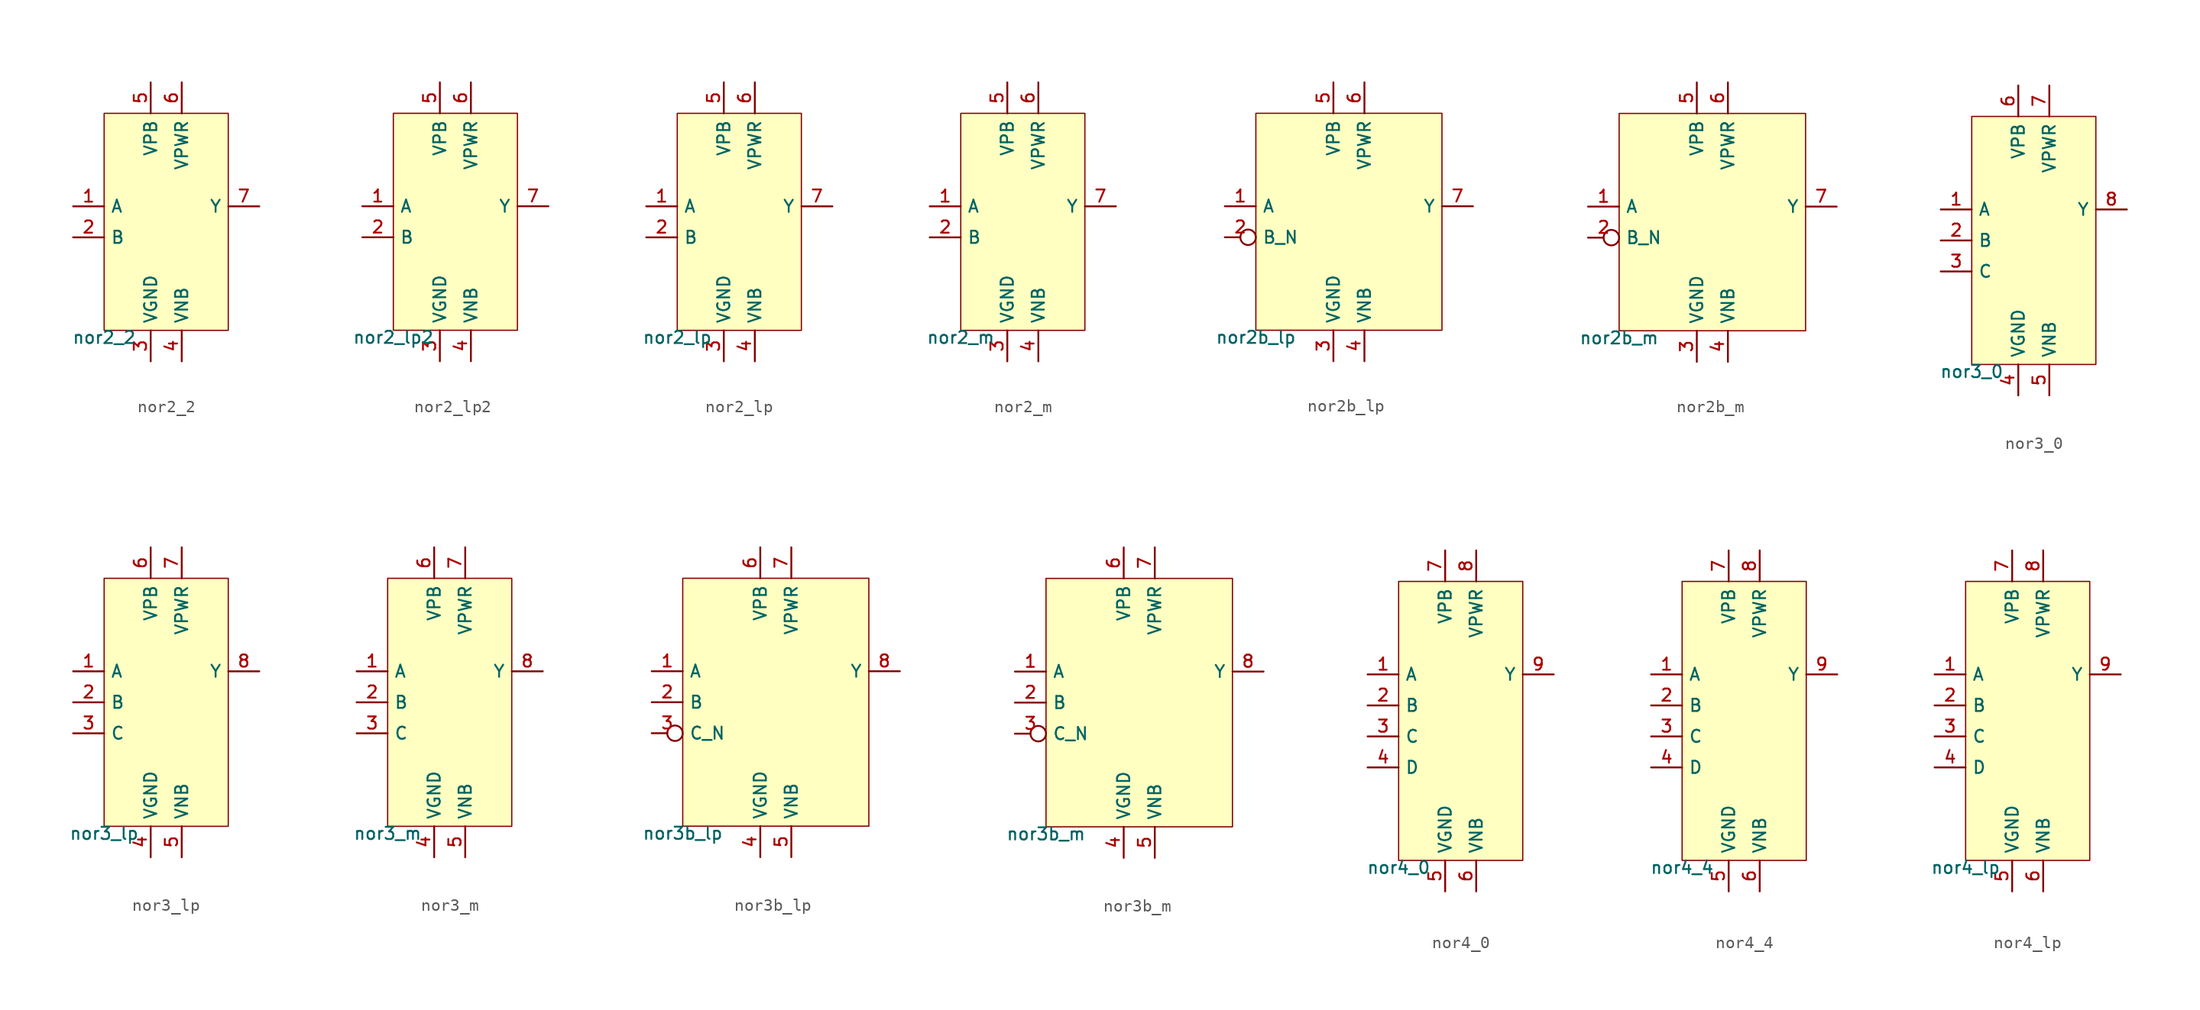
<source format=kicad_sym>
(kicad_symbol_lib
  (version 20211014)
  (generator pdk2kicad)
  (symbol "nor2_2"
    (property "Reference" "X"
      (at 0 0 0)
      (effects (font (size 1 1)) hide))
    (property "Value" "nor2_2"
      (at -5.08 -8.89 0)
      (effects (font (size 1 1)) (justify top)))
    (rectangle
      (start -5.08 -8.89)
      (end 5.08 8.89)
      (stroke (width 0.1) (type solid) (color 0 0 0 0))
      (fill (type background)))
    (pin input line
      (at -7.62 1.27 0)
      (length 2.54)
      (name "A" (effects (font (size 1 1)) hide))
      (number "1" (effects (font (size 1 1)) hide)))
    (pin input line
      (at -7.62 -1.27 0)
      (length 2.54)
      (name "B" (effects (font (size 1 1)) hide))
      (number "2" (effects (font (size 1 1)) hide)))
    (pin power_in line
      (at -1.27 -11.43 90)
      (length 2.54)
      (name "VGND" (effects (font (size 1 1)) hide))
      (number "3" (effects (font (size 1 1)) hide)))
    (pin power_in line
      (at 1.27 -11.43 90)
      (length 2.54)
      (name "VNB" (effects (font (size 1 1)) hide))
      (number "4" (effects (font (size 1 1)) hide)))
    (pin power_in line
      (at -1.27 11.43 270)
      (length 2.54)
      (name "VPB" (effects (font (size 1 1)) hide))
      (number "5" (effects (font (size 1 1)) hide)))
    (pin power_in line
      (at 1.27 11.43 270)
      (length 2.54)
      (name "VPWR" (effects (font (size 1 1)) hide))
      (number "6" (effects (font (size 1 1)) hide)))
    (pin output line
      (at 7.62 1.27 180)
      (length 2.54)
      (name "Y" (effects (font (size 1 1)) hide))
      (number "7" (effects (font (size 1 1)) hide))))
  (symbol "nor2_lp2"
    (property "Reference" "X"
      (at 0 0 0)
      (effects (font (size 1 1)) hide))
    (property "Value" "nor2_lp2"
      (at -5.08 -8.89 0)
      (effects (font (size 1 1)) (justify top)))
    (rectangle
      (start -5.08 -8.89)
      (end 5.08 8.89)
      (stroke (width 0.1) (type solid) (color 0 0 0 0))
      (fill (type background)))
    (pin input line
      (at -7.62 1.27 0)
      (length 2.54)
      (name "A" (effects (font (size 1 1)) hide))
      (number "1" (effects (font (size 1 1)) hide)))
    (pin input line
      (at -7.62 -1.27 0)
      (length 2.54)
      (name "B" (effects (font (size 1 1)) hide))
      (number "2" (effects (font (size 1 1)) hide)))
    (pin power_in line
      (at -1.27 -11.43 90)
      (length 2.54)
      (name "VGND" (effects (font (size 1 1)) hide))
      (number "3" (effects (font (size 1 1)) hide)))
    (pin power_in line
      (at 1.27 -11.43 90)
      (length 2.54)
      (name "VNB" (effects (font (size 1 1)) hide))
      (number "4" (effects (font (size 1 1)) hide)))
    (pin power_in line
      (at -1.27 11.43 270)
      (length 2.54)
      (name "VPB" (effects (font (size 1 1)) hide))
      (number "5" (effects (font (size 1 1)) hide)))
    (pin power_in line
      (at 1.27 11.43 270)
      (length 2.54)
      (name "VPWR" (effects (font (size 1 1)) hide))
      (number "6" (effects (font (size 1 1)) hide)))
    (pin output line
      (at 7.62 1.27 180)
      (length 2.54)
      (name "Y" (effects (font (size 1 1)) hide))
      (number "7" (effects (font (size 1 1)) hide))))
  (symbol "nor2_lp"
    (property "Reference" "X"
      (at 0 0 0)
      (effects (font (size 1 1)) hide))
    (property "Value" "nor2_lp"
      (at -5.08 -8.89 0)
      (effects (font (size 1 1)) (justify top)))
    (rectangle
      (start -5.08 -8.89)
      (end 5.08 8.89)
      (stroke (width 0.1) (type solid) (color 0 0 0 0))
      (fill (type background)))
    (pin input line
      (at -7.62 1.27 0)
      (length 2.54)
      (name "A" (effects (font (size 1 1)) hide))
      (number "1" (effects (font (size 1 1)) hide)))
    (pin input line
      (at -7.62 -1.27 0)
      (length 2.54)
      (name "B" (effects (font (size 1 1)) hide))
      (number "2" (effects (font (size 1 1)) hide)))
    (pin power_in line
      (at -1.27 -11.43 90)
      (length 2.54)
      (name "VGND" (effects (font (size 1 1)) hide))
      (number "3" (effects (font (size 1 1)) hide)))
    (pin power_in line
      (at 1.27 -11.43 90)
      (length 2.54)
      (name "VNB" (effects (font (size 1 1)) hide))
      (number "4" (effects (font (size 1 1)) hide)))
    (pin power_in line
      (at -1.27 11.43 270)
      (length 2.54)
      (name "VPB" (effects (font (size 1 1)) hide))
      (number "5" (effects (font (size 1 1)) hide)))
    (pin power_in line
      (at 1.27 11.43 270)
      (length 2.54)
      (name "VPWR" (effects (font (size 1 1)) hide))
      (number "6" (effects (font (size 1 1)) hide)))
    (pin output line
      (at 7.62 1.27 180)
      (length 2.54)
      (name "Y" (effects (font (size 1 1)) hide))
      (number "7" (effects (font (size 1 1)) hide))))
  (symbol "nor2_m"
    (property "Reference" "X"
      (at 0 0 0)
      (effects (font (size 1 1)) hide))
    (property "Value" "nor2_m"
      (at -5.08 -8.89 0)
      (effects (font (size 1 1)) (justify top)))
    (rectangle
      (start -5.08 -8.89)
      (end 5.08 8.89)
      (stroke (width 0.1) (type solid) (color 0 0 0 0))
      (fill (type background)))
    (pin input line
      (at -7.62 1.27 0)
      (length 2.54)
      (name "A" (effects (font (size 1 1)) hide))
      (number "1" (effects (font (size 1 1)) hide)))
    (pin input line
      (at -7.62 -1.27 0)
      (length 2.54)
      (name "B" (effects (font (size 1 1)) hide))
      (number "2" (effects (font (size 1 1)) hide)))
    (pin power_in line
      (at -1.27 -11.43 90)
      (length 2.54)
      (name "VGND" (effects (font (size 1 1)) hide))
      (number "3" (effects (font (size 1 1)) hide)))
    (pin power_in line
      (at 1.27 -11.43 90)
      (length 2.54)
      (name "VNB" (effects (font (size 1 1)) hide))
      (number "4" (effects (font (size 1 1)) hide)))
    (pin power_in line
      (at -1.27 11.43 270)
      (length 2.54)
      (name "VPB" (effects (font (size 1 1)) hide))
      (number "5" (effects (font (size 1 1)) hide)))
    (pin power_in line
      (at 1.27 11.43 270)
      (length 2.54)
      (name "VPWR" (effects (font (size 1 1)) hide))
      (number "6" (effects (font (size 1 1)) hide)))
    (pin output line
      (at 7.62 1.27 180)
      (length 2.54)
      (name "Y" (effects (font (size 1 1)) hide))
      (number "7" (effects (font (size 1 1)) hide))))
  (symbol "nor2b_lp"
    (property "Reference" "X"
      (at 0 0 0)
      (effects (font (size 1 1)) hide))
    (property "Value" "nor2b_lp"
      (at -7.62 -8.89 0)
      (effects (font (size 1 1)) (justify top)))
    (rectangle
      (start -7.62 -8.89)
      (end 7.62 8.89)
      (stroke (width 0.1) (type solid) (color 0 0 0 0))
      (fill (type background)))
    (pin input line
      (at -10.16 1.27 0)
      (length 2.54)
      (name "A" (effects (font (size 1 1)) hide))
      (number "1" (effects (font (size 1 1)) hide)))
    (pin input inverted
      (at -10.16 -1.27 0)
      (length 2.54)
      (name "B_N" (effects (font (size 1 1)) hide))
      (number "2" (effects (font (size 1 1)) hide)))
    (pin power_in line
      (at -1.27 -11.43 90)
      (length 2.54)
      (name "VGND" (effects (font (size 1 1)) hide))
      (number "3" (effects (font (size 1 1)) hide)))
    (pin power_in line
      (at 1.27 -11.43 90)
      (length 2.54)
      (name "VNB" (effects (font (size 1 1)) hide))
      (number "4" (effects (font (size 1 1)) hide)))
    (pin power_in line
      (at -1.27 11.43 270)
      (length 2.54)
      (name "VPB" (effects (font (size 1 1)) hide))
      (number "5" (effects (font (size 1 1)) hide)))
    (pin power_in line
      (at 1.27 11.43 270)
      (length 2.54)
      (name "VPWR" (effects (font (size 1 1)) hide))
      (number "6" (effects (font (size 1 1)) hide)))
    (pin output line
      (at 10.16 1.27 180)
      (length 2.54)
      (name "Y" (effects (font (size 1 1)) hide))
      (number "7" (effects (font (size 1 1)) hide))))
  (symbol "nor2b_m"
    (property "Reference" "X"
      (at 0 0 0)
      (effects (font (size 1 1)) hide))
    (property "Value" "nor2b_m"
      (at -7.62 -8.89 0)
      (effects (font (size 1 1)) (justify top)))
    (rectangle
      (start -7.62 -8.89)
      (end 7.62 8.89)
      (stroke (width 0.1) (type solid) (color 0 0 0 0))
      (fill (type background)))
    (pin input line
      (at -10.16 1.27 0)
      (length 2.54)
      (name "A" (effects (font (size 1 1)) hide))
      (number "1" (effects (font (size 1 1)) hide)))
    (pin input inverted
      (at -10.16 -1.27 0)
      (length 2.54)
      (name "B_N" (effects (font (size 1 1)) hide))
      (number "2" (effects (font (size 1 1)) hide)))
    (pin power_in line
      (at -1.27 -11.43 90)
      (length 2.54)
      (name "VGND" (effects (font (size 1 1)) hide))
      (number "3" (effects (font (size 1 1)) hide)))
    (pin power_in line
      (at 1.27 -11.43 90)
      (length 2.54)
      (name "VNB" (effects (font (size 1 1)) hide))
      (number "4" (effects (font (size 1 1)) hide)))
    (pin power_in line
      (at -1.27 11.43 270)
      (length 2.54)
      (name "VPB" (effects (font (size 1 1)) hide))
      (number "5" (effects (font (size 1 1)) hide)))
    (pin power_in line
      (at 1.27 11.43 270)
      (length 2.54)
      (name "VPWR" (effects (font (size 1 1)) hide))
      (number "6" (effects (font (size 1 1)) hide)))
    (pin output line
      (at 10.16 1.27 180)
      (length 2.54)
      (name "Y" (effects (font (size 1 1)) hide))
      (number "7" (effects (font (size 1 1)) hide))))
  (symbol "nor3_0"
    (property "Reference" "X"
      (at 0 0 0)
      (effects (font (size 1 1)) hide))
    (property "Value" "nor3_0"
      (at -5.08 -10.16 0)
      (effects (font (size 1 1)) (justify top)))
    (rectangle
      (start -5.08 -10.16)
      (end 5.08 10.16)
      (stroke (width 0.1) (type solid) (color 0 0 0 0))
      (fill (type background)))
    (pin input line
      (at -7.62 2.54 0)
      (length 2.54)
      (name "A" (effects (font (size 1 1)) hide))
      (number "1" (effects (font (size 1 1)) hide)))
    (pin input line
      (at -7.62 0.0 0)
      (length 2.54)
      (name "B" (effects (font (size 1 1)) hide))
      (number "2" (effects (font (size 1 1)) hide)))
    (pin input line
      (at -7.62 -2.54 0)
      (length 2.54)
      (name "C" (effects (font (size 1 1)) hide))
      (number "3" (effects (font (size 1 1)) hide)))
    (pin power_in line
      (at -1.27 -12.7 90)
      (length 2.54)
      (name "VGND" (effects (font (size 1 1)) hide))
      (number "4" (effects (font (size 1 1)) hide)))
    (pin power_in line
      (at 1.27 -12.7 90)
      (length 2.54)
      (name "VNB" (effects (font (size 1 1)) hide))
      (number "5" (effects (font (size 1 1)) hide)))
    (pin power_in line
      (at -1.27 12.7 270)
      (length 2.54)
      (name "VPB" (effects (font (size 1 1)) hide))
      (number "6" (effects (font (size 1 1)) hide)))
    (pin power_in line
      (at 1.27 12.7 270)
      (length 2.54)
      (name "VPWR" (effects (font (size 1 1)) hide))
      (number "7" (effects (font (size 1 1)) hide)))
    (pin output line
      (at 7.62 2.54 180)
      (length 2.54)
      (name "Y" (effects (font (size 1 1)) hide))
      (number "8" (effects (font (size 1 1)) hide))))
  (symbol "nor3_lp"
    (property "Reference" "X"
      (at 0 0 0)
      (effects (font (size 1 1)) hide))
    (property "Value" "nor3_lp"
      (at -5.08 -10.16 0)
      (effects (font (size 1 1)) (justify top)))
    (rectangle
      (start -5.08 -10.16)
      (end 5.08 10.16)
      (stroke (width 0.1) (type solid) (color 0 0 0 0))
      (fill (type background)))
    (pin input line
      (at -7.62 2.54 0)
      (length 2.54)
      (name "A" (effects (font (size 1 1)) hide))
      (number "1" (effects (font (size 1 1)) hide)))
    (pin input line
      (at -7.62 0.0 0)
      (length 2.54)
      (name "B" (effects (font (size 1 1)) hide))
      (number "2" (effects (font (size 1 1)) hide)))
    (pin input line
      (at -7.62 -2.54 0)
      (length 2.54)
      (name "C" (effects (font (size 1 1)) hide))
      (number "3" (effects (font (size 1 1)) hide)))
    (pin power_in line
      (at -1.27 -12.7 90)
      (length 2.54)
      (name "VGND" (effects (font (size 1 1)) hide))
      (number "4" (effects (font (size 1 1)) hide)))
    (pin power_in line
      (at 1.27 -12.7 90)
      (length 2.54)
      (name "VNB" (effects (font (size 1 1)) hide))
      (number "5" (effects (font (size 1 1)) hide)))
    (pin power_in line
      (at -1.27 12.7 270)
      (length 2.54)
      (name "VPB" (effects (font (size 1 1)) hide))
      (number "6" (effects (font (size 1 1)) hide)))
    (pin power_in line
      (at 1.27 12.7 270)
      (length 2.54)
      (name "VPWR" (effects (font (size 1 1)) hide))
      (number "7" (effects (font (size 1 1)) hide)))
    (pin output line
      (at 7.62 2.54 180)
      (length 2.54)
      (name "Y" (effects (font (size 1 1)) hide))
      (number "8" (effects (font (size 1 1)) hide))))
  (symbol "nor3_m"
    (property "Reference" "X"
      (at 0 0 0)
      (effects (font (size 1 1)) hide))
    (property "Value" "nor3_m"
      (at -5.08 -10.16 0)
      (effects (font (size 1 1)) (justify top)))
    (rectangle
      (start -5.08 -10.16)
      (end 5.08 10.16)
      (stroke (width 0.1) (type solid) (color 0 0 0 0))
      (fill (type background)))
    (pin input line
      (at -7.62 2.54 0)
      (length 2.54)
      (name "A" (effects (font (size 1 1)) hide))
      (number "1" (effects (font (size 1 1)) hide)))
    (pin input line
      (at -7.62 0.0 0)
      (length 2.54)
      (name "B" (effects (font (size 1 1)) hide))
      (number "2" (effects (font (size 1 1)) hide)))
    (pin input line
      (at -7.62 -2.54 0)
      (length 2.54)
      (name "C" (effects (font (size 1 1)) hide))
      (number "3" (effects (font (size 1 1)) hide)))
    (pin power_in line
      (at -1.27 -12.7 90)
      (length 2.54)
      (name "VGND" (effects (font (size 1 1)) hide))
      (number "4" (effects (font (size 1 1)) hide)))
    (pin power_in line
      (at 1.27 -12.7 90)
      (length 2.54)
      (name "VNB" (effects (font (size 1 1)) hide))
      (number "5" (effects (font (size 1 1)) hide)))
    (pin power_in line
      (at -1.27 12.7 270)
      (length 2.54)
      (name "VPB" (effects (font (size 1 1)) hide))
      (number "6" (effects (font (size 1 1)) hide)))
    (pin power_in line
      (at 1.27 12.7 270)
      (length 2.54)
      (name "VPWR" (effects (font (size 1 1)) hide))
      (number "7" (effects (font (size 1 1)) hide)))
    (pin output line
      (at 7.62 2.54 180)
      (length 2.54)
      (name "Y" (effects (font (size 1 1)) hide))
      (number "8" (effects (font (size 1 1)) hide))))
  (symbol "nor3b_lp"
    (property "Reference" "X"
      (at 0 0 0)
      (effects (font (size 1 1)) hide))
    (property "Value" "nor3b_lp"
      (at -7.62 -10.16 0)
      (effects (font (size 1 1)) (justify top)))
    (rectangle
      (start -7.62 -10.16)
      (end 7.62 10.16)
      (stroke (width 0.1) (type solid) (color 0 0 0 0))
      (fill (type background)))
    (pin input line
      (at -10.16 2.54 0)
      (length 2.54)
      (name "A" (effects (font (size 1 1)) hide))
      (number "1" (effects (font (size 1 1)) hide)))
    (pin input line
      (at -10.16 0.0 0)
      (length 2.54)
      (name "B" (effects (font (size 1 1)) hide))
      (number "2" (effects (font (size 1 1)) hide)))
    (pin input inverted
      (at -10.16 -2.54 0)
      (length 2.54)
      (name "C_N" (effects (font (size 1 1)) hide))
      (number "3" (effects (font (size 1 1)) hide)))
    (pin power_in line
      (at -1.27 -12.7 90)
      (length 2.54)
      (name "VGND" (effects (font (size 1 1)) hide))
      (number "4" (effects (font (size 1 1)) hide)))
    (pin power_in line
      (at 1.27 -12.7 90)
      (length 2.54)
      (name "VNB" (effects (font (size 1 1)) hide))
      (number "5" (effects (font (size 1 1)) hide)))
    (pin power_in line
      (at -1.27 12.7 270)
      (length 2.54)
      (name "VPB" (effects (font (size 1 1)) hide))
      (number "6" (effects (font (size 1 1)) hide)))
    (pin power_in line
      (at 1.27 12.7 270)
      (length 2.54)
      (name "VPWR" (effects (font (size 1 1)) hide))
      (number "7" (effects (font (size 1 1)) hide)))
    (pin output line
      (at 10.16 2.54 180)
      (length 2.54)
      (name "Y" (effects (font (size 1 1)) hide))
      (number "8" (effects (font (size 1 1)) hide))))
  (symbol "nor3b_m"
    (property "Reference" "X"
      (at 0 0 0)
      (effects (font (size 1 1)) hide))
    (property "Value" "nor3b_m"
      (at -7.62 -10.16 0)
      (effects (font (size 1 1)) (justify top)))
    (rectangle
      (start -7.62 -10.16)
      (end 7.62 10.16)
      (stroke (width 0.1) (type solid) (color 0 0 0 0))
      (fill (type background)))
    (pin input line
      (at -10.16 2.54 0)
      (length 2.54)
      (name "A" (effects (font (size 1 1)) hide))
      (number "1" (effects (font (size 1 1)) hide)))
    (pin input line
      (at -10.16 0.0 0)
      (length 2.54)
      (name "B" (effects (font (size 1 1)) hide))
      (number "2" (effects (font (size 1 1)) hide)))
    (pin input inverted
      (at -10.16 -2.54 0)
      (length 2.54)
      (name "C_N" (effects (font (size 1 1)) hide))
      (number "3" (effects (font (size 1 1)) hide)))
    (pin power_in line
      (at -1.27 -12.7 90)
      (length 2.54)
      (name "VGND" (effects (font (size 1 1)) hide))
      (number "4" (effects (font (size 1 1)) hide)))
    (pin power_in line
      (at 1.27 -12.7 90)
      (length 2.54)
      (name "VNB" (effects (font (size 1 1)) hide))
      (number "5" (effects (font (size 1 1)) hide)))
    (pin power_in line
      (at -1.27 12.7 270)
      (length 2.54)
      (name "VPB" (effects (font (size 1 1)) hide))
      (number "6" (effects (font (size 1 1)) hide)))
    (pin power_in line
      (at 1.27 12.7 270)
      (length 2.54)
      (name "VPWR" (effects (font (size 1 1)) hide))
      (number "7" (effects (font (size 1 1)) hide)))
    (pin output line
      (at 10.16 2.54 180)
      (length 2.54)
      (name "Y" (effects (font (size 1 1)) hide))
      (number "8" (effects (font (size 1 1)) hide))))
  (symbol "nor4_0"
    (property "Reference" "X"
      (at 0 0 0)
      (effects (font (size 1 1)) hide))
    (property "Value" "nor4_0"
      (at -5.08 -11.43 0)
      (effects (font (size 1 1)) (justify top)))
    (rectangle
      (start -5.08 -11.43)
      (end 5.08 11.43)
      (stroke (width 0.1) (type solid) (color 0 0 0 0))
      (fill (type background)))
    (pin input line
      (at -7.62 3.81 0)
      (length 2.54)
      (name "A" (effects (font (size 1 1)) hide))
      (number "1" (effects (font (size 1 1)) hide)))
    (pin input line
      (at -7.62 1.27 0)
      (length 2.54)
      (name "B" (effects (font (size 1 1)) hide))
      (number "2" (effects (font (size 1 1)) hide)))
    (pin input line
      (at -7.62 -1.27 0)
      (length 2.54)
      (name "C" (effects (font (size 1 1)) hide))
      (number "3" (effects (font (size 1 1)) hide)))
    (pin input line
      (at -7.62 -3.81 0)
      (length 2.54)
      (name "D" (effects (font (size 1 1)) hide))
      (number "4" (effects (font (size 1 1)) hide)))
    (pin power_in line
      (at -1.27 -13.97 90)
      (length 2.54)
      (name "VGND" (effects (font (size 1 1)) hide))
      (number "5" (effects (font (size 1 1)) hide)))
    (pin power_in line
      (at 1.27 -13.97 90)
      (length 2.54)
      (name "VNB" (effects (font (size 1 1)) hide))
      (number "6" (effects (font (size 1 1)) hide)))
    (pin power_in line
      (at -1.27 13.97 270)
      (length 2.54)
      (name "VPB" (effects (font (size 1 1)) hide))
      (number "7" (effects (font (size 1 1)) hide)))
    (pin power_in line
      (at 1.27 13.97 270)
      (length 2.54)
      (name "VPWR" (effects (font (size 1 1)) hide))
      (number "8" (effects (font (size 1 1)) hide)))
    (pin output line
      (at 7.62 3.81 180)
      (length 2.54)
      (name "Y" (effects (font (size 1 1)) hide))
      (number "9" (effects (font (size 1 1)) hide))))
  (symbol "nor4_4"
    (property "Reference" "X"
      (at 0 0 0)
      (effects (font (size 1 1)) hide))
    (property "Value" "nor4_4"
      (at -5.08 -11.43 0)
      (effects (font (size 1 1)) (justify top)))
    (rectangle
      (start -5.08 -11.43)
      (end 5.08 11.43)
      (stroke (width 0.1) (type solid) (color 0 0 0 0))
      (fill (type background)))
    (pin input line
      (at -7.62 3.81 0)
      (length 2.54)
      (name "A" (effects (font (size 1 1)) hide))
      (number "1" (effects (font (size 1 1)) hide)))
    (pin input line
      (at -7.62 1.27 0)
      (length 2.54)
      (name "B" (effects (font (size 1 1)) hide))
      (number "2" (effects (font (size 1 1)) hide)))
    (pin input line
      (at -7.62 -1.27 0)
      (length 2.54)
      (name "C" (effects (font (size 1 1)) hide))
      (number "3" (effects (font (size 1 1)) hide)))
    (pin input line
      (at -7.62 -3.81 0)
      (length 2.54)
      (name "D" (effects (font (size 1 1)) hide))
      (number "4" (effects (font (size 1 1)) hide)))
    (pin power_in line
      (at -1.27 -13.97 90)
      (length 2.54)
      (name "VGND" (effects (font (size 1 1)) hide))
      (number "5" (effects (font (size 1 1)) hide)))
    (pin power_in line
      (at 1.27 -13.97 90)
      (length 2.54)
      (name "VNB" (effects (font (size 1 1)) hide))
      (number "6" (effects (font (size 1 1)) hide)))
    (pin power_in line
      (at -1.27 13.97 270)
      (length 2.54)
      (name "VPB" (effects (font (size 1 1)) hide))
      (number "7" (effects (font (size 1 1)) hide)))
    (pin power_in line
      (at 1.27 13.97 270)
      (length 2.54)
      (name "VPWR" (effects (font (size 1 1)) hide))
      (number "8" (effects (font (size 1 1)) hide)))
    (pin output line
      (at 7.62 3.81 180)
      (length 2.54)
      (name "Y" (effects (font (size 1 1)) hide))
      (number "9" (effects (font (size 1 1)) hide))))
  (symbol "nor4_lp"
    (property "Reference" "X"
      (at 0 0 0)
      (effects (font (size 1 1)) hide))
    (property "Value" "nor4_lp"
      (at -5.08 -11.43 0)
      (effects (font (size 1 1)) (justify top)))
    (rectangle
      (start -5.08 -11.43)
      (end 5.08 11.43)
      (stroke (width 0.1) (type solid) (color 0 0 0 0))
      (fill (type background)))
    (pin input line
      (at -7.62 3.81 0)
      (length 2.54)
      (name "A" (effects (font (size 1 1)) hide))
      (number "1" (effects (font (size 1 1)) hide)))
    (pin input line
      (at -7.62 1.27 0)
      (length 2.54)
      (name "B" (effects (font (size 1 1)) hide))
      (number "2" (effects (font (size 1 1)) hide)))
    (pin input line
      (at -7.62 -1.27 0)
      (length 2.54)
      (name "C" (effects (font (size 1 1)) hide))
      (number "3" (effects (font (size 1 1)) hide)))
    (pin input line
      (at -7.62 -3.81 0)
      (length 2.54)
      (name "D" (effects (font (size 1 1)) hide))
      (number "4" (effects (font (size 1 1)) hide)))
    (pin power_in line
      (at -1.27 -13.97 90)
      (length 2.54)
      (name "VGND" (effects (font (size 1 1)) hide))
      (number "5" (effects (font (size 1 1)) hide)))
    (pin power_in line
      (at 1.27 -13.97 90)
      (length 2.54)
      (name "VNB" (effects (font (size 1 1)) hide))
      (number "6" (effects (font (size 1 1)) hide)))
    (pin power_in line
      (at -1.27 13.97 270)
      (length 2.54)
      (name "VPB" (effects (font (size 1 1)) hide))
      (number "7" (effects (font (size 1 1)) hide)))
    (pin power_in line
      (at 1.27 13.97 270)
      (length 2.54)
      (name "VPWR" (effects (font (size 1 1)) hide))
      (number "8" (effects (font (size 1 1)) hide)))
    (pin output line
      (at 7.62 3.81 180)
      (length 2.54)
      (name "Y" (effects (font (size 1 1)) hide))
      (number "9" (effects (font (size 1 1)) hide)))))
</source>
